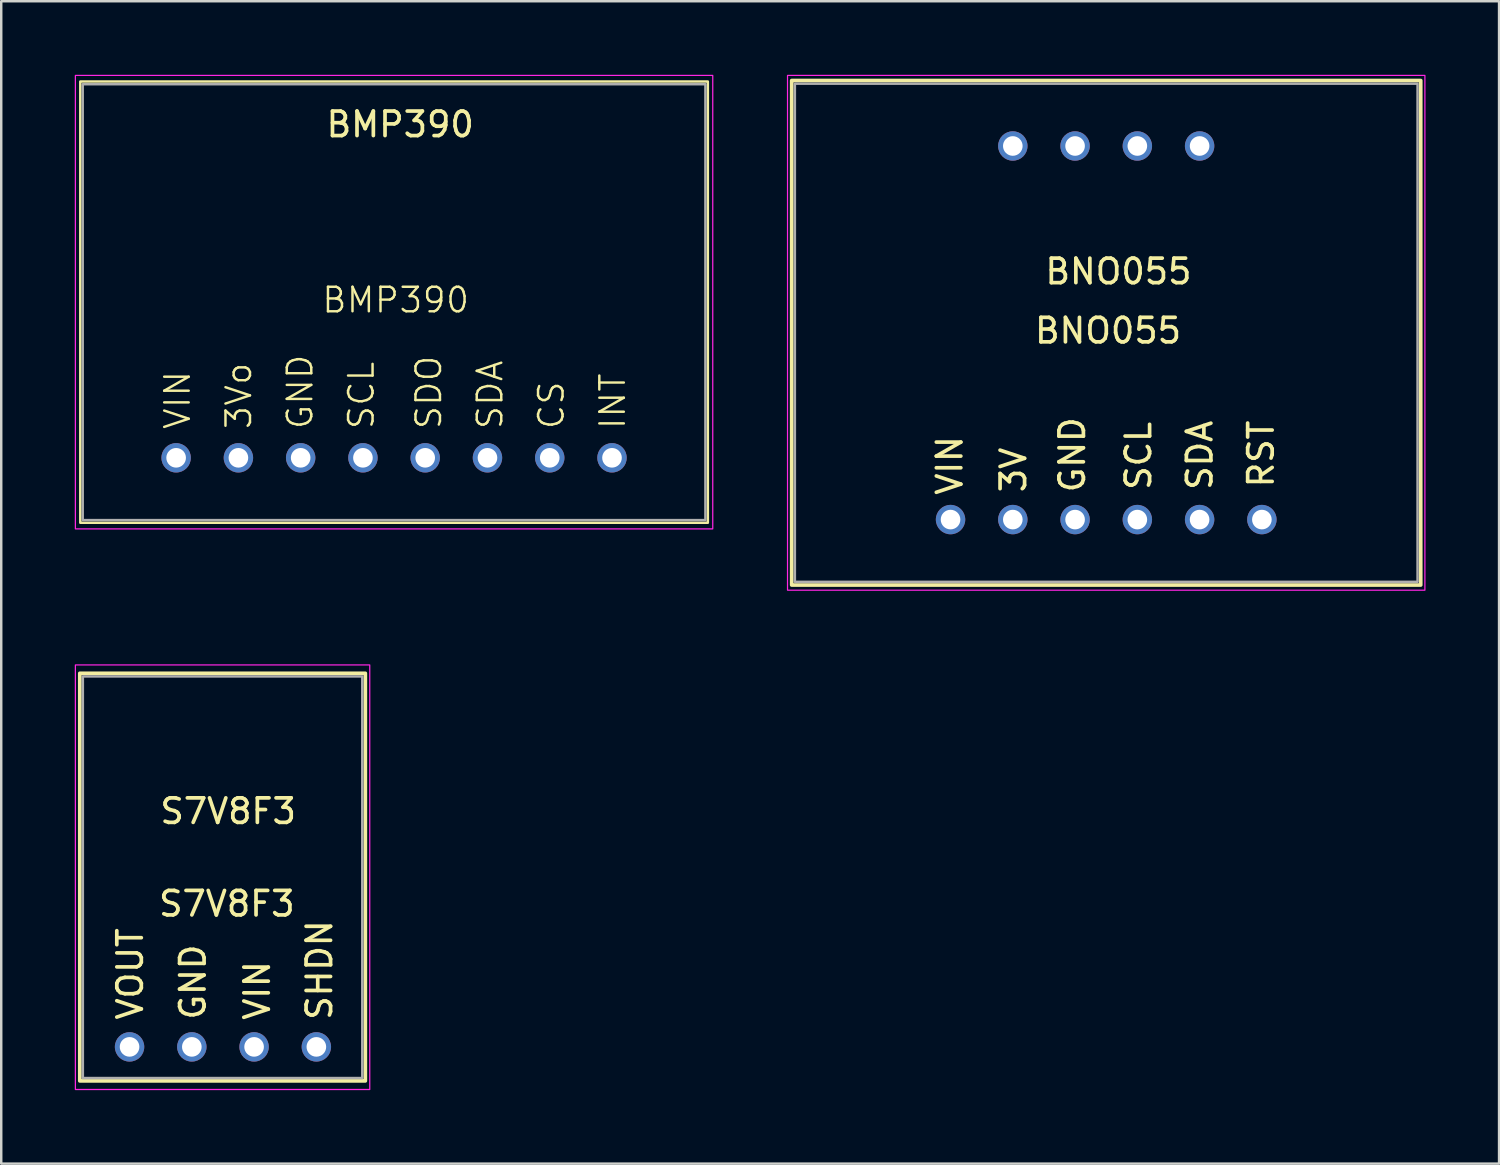
<source format=kicad_pcb>
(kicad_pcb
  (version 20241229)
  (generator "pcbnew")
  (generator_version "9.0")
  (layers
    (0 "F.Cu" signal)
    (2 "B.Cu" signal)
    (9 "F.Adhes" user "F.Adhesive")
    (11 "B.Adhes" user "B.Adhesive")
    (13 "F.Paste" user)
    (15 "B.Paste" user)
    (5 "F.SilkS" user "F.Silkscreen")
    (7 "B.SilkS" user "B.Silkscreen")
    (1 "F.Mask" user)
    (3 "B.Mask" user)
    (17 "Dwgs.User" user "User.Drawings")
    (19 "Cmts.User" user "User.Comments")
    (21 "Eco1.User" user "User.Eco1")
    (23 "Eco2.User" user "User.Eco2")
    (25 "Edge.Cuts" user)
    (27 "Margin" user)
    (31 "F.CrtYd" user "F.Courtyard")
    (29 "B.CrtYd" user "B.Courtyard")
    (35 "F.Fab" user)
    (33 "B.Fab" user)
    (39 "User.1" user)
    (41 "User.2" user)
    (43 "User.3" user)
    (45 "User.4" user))
  (footprint "S7V8F3"
    (layer "F.Cu")
    (at 6.191 33.817)
    (property "Reference" "S7V8F3" (at 0.013 0 0) (layer "F.SilkS") (effects (font (size 1 1) (thickness 0.15))))
    (attr through_hole)
    (fp_rect (start -5.986 -9.402) (end 5.662 7.226) (stroke (width 0.15) (type solid)) (fill no) (layer "F.SilkS"))
    (fp_rect (start -6.166 -9.742) (end 5.842 7.576) (stroke (width 0.05) (type default)) (fill no) (layer "F.CrtYd"))
    (fp_rect (start -5.861 -9.274) (end 5.537 7.109) (stroke (width 0.1) (type solid)) (fill no) (layer "F.Fab"))
    (fp_text user "SHDN" (at 4.374 4.826 90) (unlocked yes) (layer "F.SilkS") (effects (font (size 1 1) (thickness 0.15)) (justify left bottom)))
    (fp_text user "VOUT" (at -3.346 4.816 90) (unlocked yes) (layer "F.SilkS") (effects (font (size 1 1) (thickness 0.15)) (justify left bottom)))
    (fp_text user "S7V8F3" (at -2.794 -3.19 0) (unlocked yes) (layer "F.SilkS") (effects (font (size 1 1) (thickness 0.15)) (justify left bottom)))
    (fp_text user "VIN" (at 1.834 4.826 90) (unlocked yes) (layer "F.SilkS") (effects (font (size 1 1) (thickness 0.15)) (justify left bottom)))
    (fp_text user "GND" (at -0.786 4.816 90) (unlocked yes) (layer "F.SilkS") (effects (font (size 1 1) (thickness 0.15)) (justify left bottom)))
    (pad "1" thru_hole circle (at -3.956 5.838) (size 1.2 1.2) (drill 0.8) (layers "*.Cu" "*.Mask"))
    (pad "2" thru_hole circle (at -1.416 5.838) (size 1.2 1.2) (drill 0.8) (layers "*.Cu" "*.Mask"))
    (pad "3" thru_hole circle (at 1.124 5.838) (size 1.2 1.2) (drill 0.8) (layers "*.Cu" "*.Mask"))
    (pad "4" thru_hole circle (at 3.664 5.838) (size 1.2 1.2) (drill 0.8) (layers "*.Cu" "*.Mask")))
  (footprint "BMP390"
    (layer "F.Cu")
    (at 13.025 9.275)
    (property "Reference" "BMP390" (at 0.25 -7.25 0) (layer "F.SilkS") (effects (font (size 1 1) (thickness 0.15))))
    (attr through_hole)
    (fp_rect (start -12.8 -9) (end 12.8 9) (stroke (width 0.1) (type default)) (fill no) (layer "F.SilkS"))
    (fp_rect (start -13 -9.25) (end 13 9.25) (stroke (width 0.05) (type default)) (fill no) (layer "F.CrtYd"))
    (fp_rect (start -12.7 -8.89) (end 12.7 8.89) (stroke (width 0.1) (type default)) (fill no) (layer "F.Fab"))
    (fp_text user "VIN" (at -8.25 5.25 90) (unlocked yes) (layer "F.SilkS") (effects (font (size 1 1) (thickness 0.1)) (justify left bottom)))
    (fp_text user "SDO" (at 2 5.25 90) (unlocked yes) (layer "F.SilkS") (effects (font (size 1 1) (thickness 0.1)) (justify left bottom)))
    (fp_text user "SDA" (at 4.5 5.25 90) (unlocked yes) (layer "F.SilkS") (effects (font (size 1 1) (thickness 0.1)) (justify left bottom)))
    (fp_text user "SCL" (at -0.75 5.25 90) (unlocked yes) (layer "F.SilkS") (effects (font (size 1 1) (thickness 0.1)) (justify left bottom)))
    (fp_text user "CS" (at 7 5.25 90) (unlocked yes) (layer "F.SilkS") (effects (font (size 1 1) (thickness 0.1)) (justify left bottom)))
    (fp_text user "BMP390" (at -3 0.5 0) (unlocked yes) (layer "F.SilkS") (effects (font (size 1 1) (thickness 0.1)) (justify left bottom)))
    (fp_text user "3Vo" (at -5.75 5.25 90) (unlocked yes) (layer "F.SilkS") (effects (font (size 1 1) (thickness 0.1)) (justify left bottom)))
    (fp_text user "GND" (at -3.25 5.25 90) (unlocked yes) (layer "F.SilkS") (effects (font (size 1 1) (thickness 0.1)) (justify left bottom)))
    (fp_text user "INT" (at 9.5 5.25 90) (unlocked yes) (layer "F.SilkS") (effects (font (size 1 1) (thickness 0.1)) (justify left bottom)))
    (pad "1" thru_hole circle (at -8.89 6.35) (size 1.2 1.2) (drill 0.8) (layers "*.Cu" "*.Mask"))
    (pad "2" thru_hole circle (at -6.35 6.35) (size 1.2 1.2) (drill 0.8) (layers "*.Cu" "*.Mask"))
    (pad "3" thru_hole circle (at -3.81 6.35) (size 1.2 1.2) (drill 0.8) (layers "*.Cu" "*.Mask"))
    (pad "4" thru_hole circle (at -1.27 6.35) (size 1.2 1.2) (drill 0.8) (layers "*.Cu" "*.Mask"))
    (pad "5" thru_hole circle (at 1.27 6.35) (size 1.2 1.2) (drill 0.8) (layers "*.Cu" "*.Mask"))
    (pad "6" thru_hole circle (at 3.81 6.35) (size 1.2 1.2) (drill 0.8) (layers "*.Cu" "*.Mask"))
    (pad "7" thru_hole circle (at 6.35 6.35) (size 1.2 1.2) (drill 0.8) (layers "*.Cu" "*.Mask"))
    (pad "8" thru_hole circle (at 8.89 6.35) (size 1.2 1.2) (drill 0.8) (layers "*.Cu" "*.Mask")))
  (footprint "BNO055"
    (layer "F.Cu")
    (at 42.075 10.525)
    (property "Reference" "BNO055" (at 0.5 -2.5 180) (layer "F.SilkS") (effects (font (size 1 1) (thickness 0.15))))
    (attr through_hole)
    (fp_rect (start -12.83 -10.29) (end 12.83 10.29) (stroke (width 0.15) (type solid)) (fill no) (layer "F.SilkS"))
    (fp_rect (start -13 -10.5) (end 13 10.5) (stroke (width 0.05) (type default)) (fill no) (layer "F.CrtYd"))
    (fp_rect (start -12.7 -10.16) (end 12.7 10.16) (stroke (width 0.1) (type default)) (fill no) (layer "F.Fab"))
    (fp_text user "3V" (at -3.2 6.6 90) (unlocked yes) (layer "F.SilkS") (effects (font (size 1 1) (thickness 0.15)) (justify left bottom)))
    (fp_text user "BNO055" (at -3 0.5 0) (unlocked yes) (layer "F.SilkS") (effects (font (size 1 1) (thickness 0.15)) (justify left bottom)))
    (fp_text user "VIN" (at -5.8 6.7 90) (unlocked yes) (layer "F.SilkS") (effects (font (size 1 1) (thickness 0.15)) (justify left bottom)))
    (fp_text user "RST" (at 6.9 6.4 90) (unlocked yes) (layer "F.SilkS") (effects (font (size 1 1) (thickness 0.15)) (justify left bottom)))
    (fp_text user "GND" (at -0.8 6.6 90) (unlocked yes) (layer "F.SilkS") (effects (font (size 1 1) (thickness 0.15)) (justify left bottom)))
    (fp_text user "SCL" (at 1.9 6.5 90) (unlocked yes) (layer "F.SilkS") (effects (font (size 1 1) (thickness 0.15)) (justify left bottom)))
    (fp_text user "SDA" (at 4.4 6.5 90) (unlocked yes) (layer "F.SilkS") (effects (font (size 1 1) (thickness 0.15)) (justify left bottom)))
    (pad "1" thru_hole circle (at -6.35 7.62) (size 1.2 1.2) (drill 0.8) (layers "*.Cu" "*.Mask"))
    (pad "2" thru_hole circle (at -3.81 7.62) (size 1.2 1.2) (drill 0.8) (layers "*.Cu" "*.Mask"))
    (pad "3" thru_hole circle (at -1.27 7.62) (size 1.2 1.2) (drill 0.8) (layers "*.Cu" "*.Mask"))
    (pad "4" thru_hole circle (at 1.27 7.62) (size 1.2 1.2) (drill 0.8) (layers "*.Cu" "*.Mask"))
    (pad "5" thru_hole circle (at 3.81 7.62) (size 1.2 1.2) (drill 0.8) (layers "*.Cu" "*.Mask"))
    (pad "6" thru_hole circle (at 6.35 7.62) (size 1.2 1.2) (drill 0.8) (layers "*.Cu" "*.Mask"))
    (pad "7" thru_hole circle (at -3.81 -7.62) (size 1.2 1.2) (drill 0.8) (layers "*.Cu" "*.Mask"))
    (pad "8" thru_hole circle (at -1.27 -7.62) (size 1.2 1.2) (drill 0.8) (layers "*.Cu" "*.Mask"))
    (pad "9" thru_hole circle (at 1.27 -7.62) (size 1.2 1.2) (drill 0.8) (layers "*.Cu" "*.Mask"))
    (pad "10" thru_hole circle (at 3.81 -7.62) (size 1.2 1.2) (drill 0.8) (layers "*.Cu" "*.Mask")))
  (gr_rect
    (start -3 -3)
    (end 58.1 44.418)
    (stroke (width 0.1) (type default))
    (fill no)
    (layer "Edge.Cuts")))
</source>
